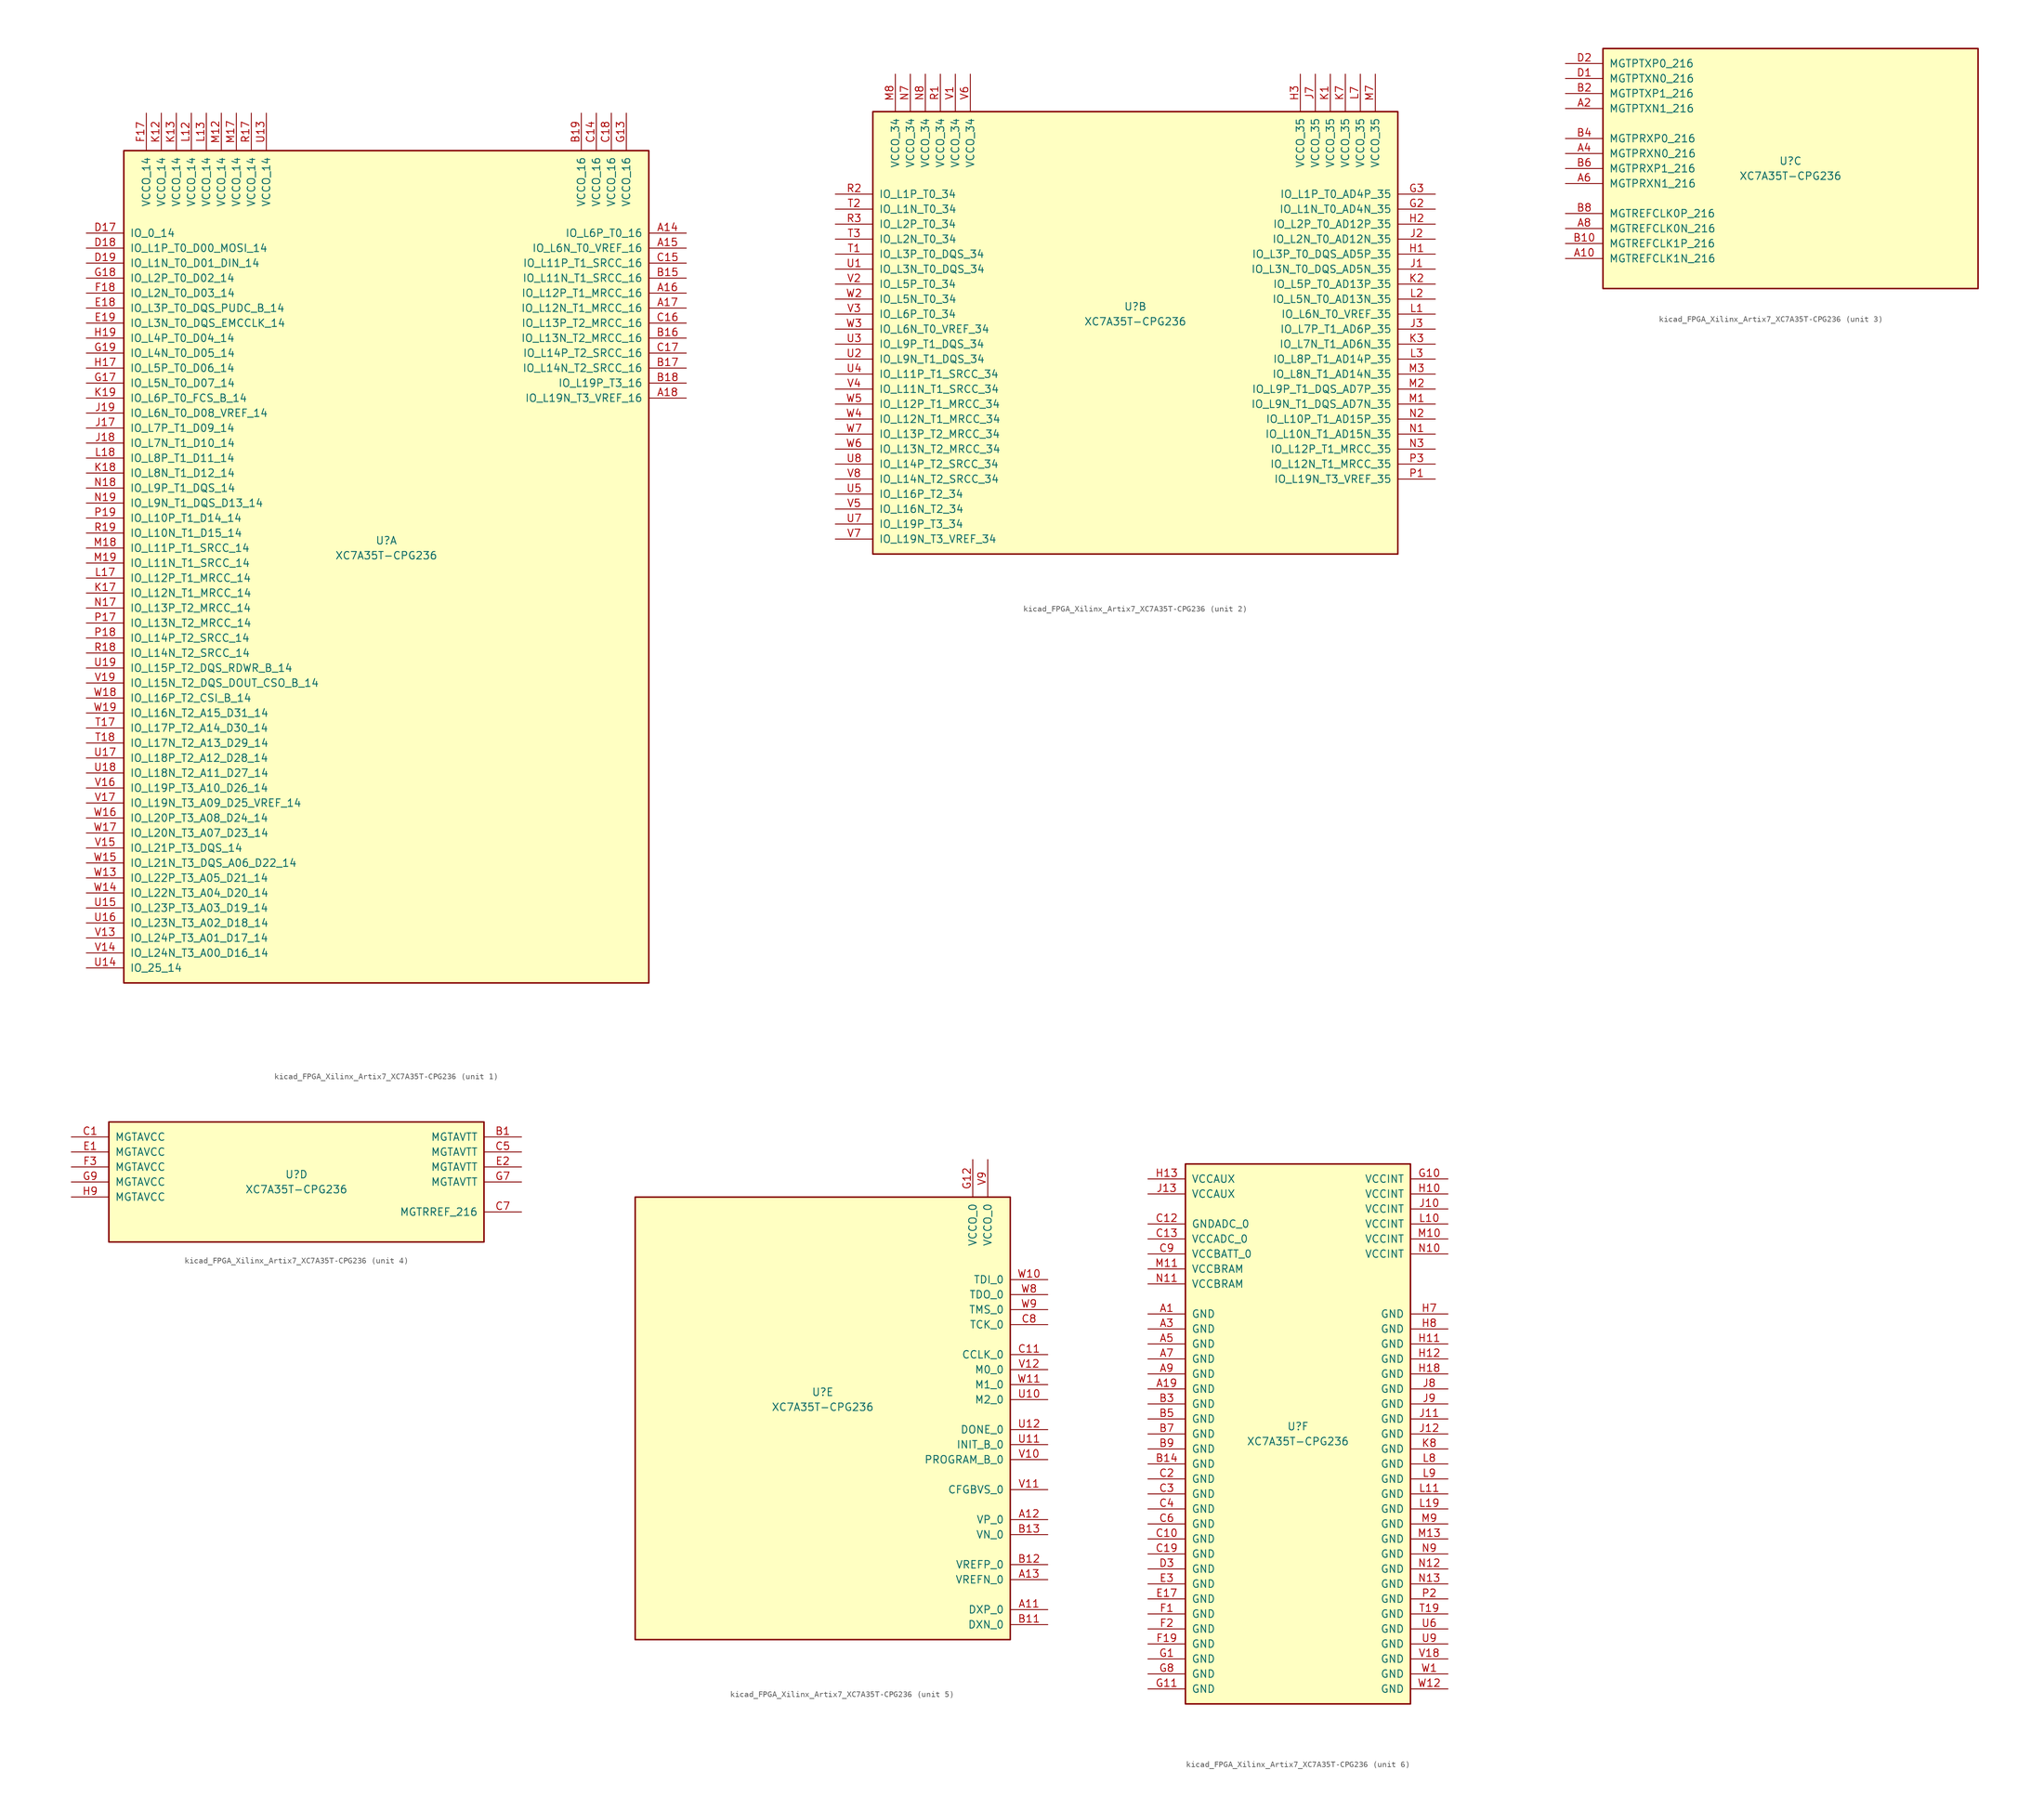
<source format=kicad_sym>
(kicad_symbol_lib
  (version 20220914)
  (generator kicad_symbol_editor)
  (symbol "kicad_FPGA_Xilinx_Artix7_XC7A35T-CPG236"
    (pin_names
      (offset 1.016))
    (property "Reference" "U"
      (at 0 1.27 0)
      (effects (font (size 1.27 1.27))))
    (property "Value" "XC7A35T-CPG236"
      (at 0 -1.27 0)
      (effects (font (size 1.27 1.27))))
    (property "Datasheet" ""
      (at 0 0 0)
      (effects (font (size 1.27 1.27))))
    (property "ki_locked" ""
      (at 0 0 0)
      (effects (font (size 1.27 1.27))))
    (symbol "kicad_FPGA_Xilinx_Artix7_XC7A35T-CPG236_1_1"
      (rectangle (start -44.45 67.31) (end 44.45 -73.66) (stroke (width 0.254) (type default)) (fill (type background)))
      (pin bidirectional line (at 50.8 53.34 180) (length 6.35) (name "IO_L6P_T0_16" (effects (font (size 1.27 1.27)))) (number "A14" (effects (font (size 1.27 1.27)))))
      (pin bidirectional line (at 50.8 50.8 180) (length 6.35) (name "IO_L6N_T0_VREF_16" (effects (font (size 1.27 1.27)))) (number "A15" (effects (font (size 1.27 1.27)))))
      (pin bidirectional line (at 50.8 43.18 180) (length 6.35) (name "IO_L12P_T1_MRCC_16" (effects (font (size 1.27 1.27)))) (number "A16" (effects (font (size 1.27 1.27)))))
      (pin bidirectional line (at 50.8 40.64 180) (length 6.35) (name "IO_L12N_T1_MRCC_16" (effects (font (size 1.27 1.27)))) (number "A17" (effects (font (size 1.27 1.27)))))
      (pin bidirectional line (at 50.8 25.4 180) (length 6.35) (name "IO_L19N_T3_VREF_16" (effects (font (size 1.27 1.27)))) (number "A18" (effects (font (size 1.27 1.27)))))
      (pin bidirectional line (at 50.8 45.72 180) (length 6.35) (name "IO_L11N_T1_SRCC_16" (effects (font (size 1.27 1.27)))) (number "B15" (effects (font (size 1.27 1.27)))))
      (pin bidirectional line (at 50.8 35.56 180) (length 6.35) (name "IO_L13N_T2_MRCC_16" (effects (font (size 1.27 1.27)))) (number "B16" (effects (font (size 1.27 1.27)))))
      (pin bidirectional line (at 50.8 30.48 180) (length 6.35) (name "IO_L14N_T2_SRCC_16" (effects (font (size 1.27 1.27)))) (number "B17" (effects (font (size 1.27 1.27)))))
      (pin bidirectional line (at 50.8 27.94 180) (length 6.35) (name "IO_L19P_T3_16" (effects (font (size 1.27 1.27)))) (number "B18" (effects (font (size 1.27 1.27)))))
      (pin power_in line (at 33.02 73.66 270) (length 6.35) (name "VCCO_16" (effects (font (size 1.27 1.27)))) (number "B19" (effects (font (size 1.27 1.27)))))
      (pin power_in line (at 35.56 73.66 270) (length 6.35) (name "VCCO_16" (effects (font (size 1.27 1.27)))) (number "C14" (effects (font (size 1.27 1.27)))))
      (pin bidirectional line (at 50.8 48.26 180) (length 6.35) (name "IO_L11P_T1_SRCC_16" (effects (font (size 1.27 1.27)))) (number "C15" (effects (font (size 1.27 1.27)))))
      (pin bidirectional line (at 50.8 38.1 180) (length 6.35) (name "IO_L13P_T2_MRCC_16" (effects (font (size 1.27 1.27)))) (number "C16" (effects (font (size 1.27 1.27)))))
      (pin bidirectional line (at 50.8 33.02 180) (length 6.35) (name "IO_L14P_T2_SRCC_16" (effects (font (size 1.27 1.27)))) (number "C17" (effects (font (size 1.27 1.27)))))
      (pin power_in line (at 38.1 73.66 270) (length 6.35) (name "VCCO_16" (effects (font (size 1.27 1.27)))) (number "C18" (effects (font (size 1.27 1.27)))))
      (pin bidirectional line (at -50.8 53.34 0) (length 6.35) (name "IO_0_14" (effects (font (size 1.27 1.27)))) (number "D17" (effects (font (size 1.27 1.27)))))
      (pin bidirectional line (at -50.8 50.8 0) (length 6.35) (name "IO_L1P_T0_D00_MOSI_14" (effects (font (size 1.27 1.27)))) (number "D18" (effects (font (size 1.27 1.27)))))
      (pin bidirectional line (at -50.8 48.26 0) (length 6.35) (name "IO_L1N_T0_D01_DIN_14" (effects (font (size 1.27 1.27)))) (number "D19" (effects (font (size 1.27 1.27)))))
      (pin bidirectional line (at -50.8 40.64 0) (length 6.35) (name "IO_L3P_T0_DQS_PUDC_B_14" (effects (font (size 1.27 1.27)))) (number "E18" (effects (font (size 1.27 1.27)))))
      (pin bidirectional line (at -50.8 38.1 0) (length 6.35) (name "IO_L3N_T0_DQS_EMCCLK_14" (effects (font (size 1.27 1.27)))) (number "E19" (effects (font (size 1.27 1.27)))))
      (pin power_in line (at -40.64 73.66 270) (length 6.35) (name "VCCO_14" (effects (font (size 1.27 1.27)))) (number "F17" (effects (font (size 1.27 1.27)))))
      (pin bidirectional line (at -50.8 43.18 0) (length 6.35) (name "IO_L2N_T0_D03_14" (effects (font (size 1.27 1.27)))) (number "F18" (effects (font (size 1.27 1.27)))))
      (pin power_in line (at 40.64 73.66 270) (length 6.35) (name "VCCO_16" (effects (font (size 1.27 1.27)))) (number "G13" (effects (font (size 1.27 1.27)))))
      (pin bidirectional line (at -50.8 27.94 0) (length 6.35) (name "IO_L5N_T0_D07_14" (effects (font (size 1.27 1.27)))) (number "G17" (effects (font (size 1.27 1.27)))))
      (pin bidirectional line (at -50.8 45.72 0) (length 6.35) (name "IO_L2P_T0_D02_14" (effects (font (size 1.27 1.27)))) (number "G18" (effects (font (size 1.27 1.27)))))
      (pin bidirectional line (at -50.8 33.02 0) (length 6.35) (name "IO_L4N_T0_D05_14" (effects (font (size 1.27 1.27)))) (number "G19" (effects (font (size 1.27 1.27)))))
      (pin bidirectional line (at -50.8 30.48 0) (length 6.35) (name "IO_L5P_T0_D06_14" (effects (font (size 1.27 1.27)))) (number "H17" (effects (font (size 1.27 1.27)))))
      (pin bidirectional line (at -50.8 35.56 0) (length 6.35) (name "IO_L4P_T0_D04_14" (effects (font (size 1.27 1.27)))) (number "H19" (effects (font (size 1.27 1.27)))))
      (pin bidirectional line (at -50.8 20.32 0) (length 6.35) (name "IO_L7P_T1_D09_14" (effects (font (size 1.27 1.27)))) (number "J17" (effects (font (size 1.27 1.27)))))
      (pin bidirectional line (at -50.8 17.78 0) (length 6.35) (name "IO_L7N_T1_D10_14" (effects (font (size 1.27 1.27)))) (number "J18" (effects (font (size 1.27 1.27)))))
      (pin bidirectional line (at -50.8 22.86 0) (length 6.35) (name "IO_L6N_T0_D08_VREF_14" (effects (font (size 1.27 1.27)))) (number "J19" (effects (font (size 1.27 1.27)))))
      (pin power_in line (at -38.1 73.66 270) (length 6.35) (name "VCCO_14" (effects (font (size 1.27 1.27)))) (number "K12" (effects (font (size 1.27 1.27)))))
      (pin power_in line (at -35.56 73.66 270) (length 6.35) (name "VCCO_14" (effects (font (size 1.27 1.27)))) (number "K13" (effects (font (size 1.27 1.27)))))
      (pin bidirectional line (at -50.8 -7.62 0) (length 6.35) (name "IO_L12N_T1_MRCC_14" (effects (font (size 1.27 1.27)))) (number "K17" (effects (font (size 1.27 1.27)))))
      (pin bidirectional line (at -50.8 12.7 0) (length 6.35) (name "IO_L8N_T1_D12_14" (effects (font (size 1.27 1.27)))) (number "K18" (effects (font (size 1.27 1.27)))))
      (pin bidirectional line (at -50.8 25.4 0) (length 6.35) (name "IO_L6P_T0_FCS_B_14" (effects (font (size 1.27 1.27)))) (number "K19" (effects (font (size 1.27 1.27)))))
      (pin power_in line (at -33.02 73.66 270) (length 6.35) (name "VCCO_14" (effects (font (size 1.27 1.27)))) (number "L12" (effects (font (size 1.27 1.27)))))
      (pin power_in line (at -30.48 73.66 270) (length 6.35) (name "VCCO_14" (effects (font (size 1.27 1.27)))) (number "L13" (effects (font (size 1.27 1.27)))))
      (pin bidirectional line (at -50.8 -5.08 0) (length 6.35) (name "IO_L12P_T1_MRCC_14" (effects (font (size 1.27 1.27)))) (number "L17" (effects (font (size 1.27 1.27)))))
      (pin bidirectional line (at -50.8 15.24 0) (length 6.35) (name "IO_L8P_T1_D11_14" (effects (font (size 1.27 1.27)))) (number "L18" (effects (font (size 1.27 1.27)))))
      (pin power_in line (at -27.94 73.66 270) (length 6.35) (name "VCCO_14" (effects (font (size 1.27 1.27)))) (number "M12" (effects (font (size 1.27 1.27)))))
      (pin power_in line (at -25.4 73.66 270) (length 6.35) (name "VCCO_14" (effects (font (size 1.27 1.27)))) (number "M17" (effects (font (size 1.27 1.27)))))
      (pin bidirectional line (at -50.8 0 0) (length 6.35) (name "IO_L11P_T1_SRCC_14" (effects (font (size 1.27 1.27)))) (number "M18" (effects (font (size 1.27 1.27)))))
      (pin bidirectional line (at -50.8 -2.54 0) (length 6.35) (name "IO_L11N_T1_SRCC_14" (effects (font (size 1.27 1.27)))) (number "M19" (effects (font (size 1.27 1.27)))))
      (pin bidirectional line (at -50.8 -10.16 0) (length 6.35) (name "IO_L13P_T2_MRCC_14" (effects (font (size 1.27 1.27)))) (number "N17" (effects (font (size 1.27 1.27)))))
      (pin bidirectional line (at -50.8 10.16 0) (length 6.35) (name "IO_L9P_T1_DQS_14" (effects (font (size 1.27 1.27)))) (number "N18" (effects (font (size 1.27 1.27)))))
      (pin bidirectional line (at -50.8 7.62 0) (length 6.35) (name "IO_L9N_T1_DQS_D13_14" (effects (font (size 1.27 1.27)))) (number "N19" (effects (font (size 1.27 1.27)))))
      (pin bidirectional line (at -50.8 -12.7 0) (length 6.35) (name "IO_L13N_T2_MRCC_14" (effects (font (size 1.27 1.27)))) (number "P17" (effects (font (size 1.27 1.27)))))
      (pin bidirectional line (at -50.8 -15.24 0) (length 6.35) (name "IO_L14P_T2_SRCC_14" (effects (font (size 1.27 1.27)))) (number "P18" (effects (font (size 1.27 1.27)))))
      (pin bidirectional line (at -50.8 5.08 0) (length 6.35) (name "IO_L10P_T1_D14_14" (effects (font (size 1.27 1.27)))) (number "P19" (effects (font (size 1.27 1.27)))))
      (pin power_in line (at -22.86 73.66 270) (length 6.35) (name "VCCO_14" (effects (font (size 1.27 1.27)))) (number "R17" (effects (font (size 1.27 1.27)))))
      (pin bidirectional line (at -50.8 -17.78 0) (length 6.35) (name "IO_L14N_T2_SRCC_14" (effects (font (size 1.27 1.27)))) (number "R18" (effects (font (size 1.27 1.27)))))
      (pin bidirectional line (at -50.8 2.54 0) (length 6.35) (name "IO_L10N_T1_D15_14" (effects (font (size 1.27 1.27)))) (number "R19" (effects (font (size 1.27 1.27)))))
      (pin bidirectional line (at -50.8 -30.48 0) (length 6.35) (name "IO_L17P_T2_A14_D30_14" (effects (font (size 1.27 1.27)))) (number "T17" (effects (font (size 1.27 1.27)))))
      (pin bidirectional line (at -50.8 -33.02 0) (length 6.35) (name "IO_L17N_T2_A13_D29_14" (effects (font (size 1.27 1.27)))) (number "T18" (effects (font (size 1.27 1.27)))))
      (pin power_in line (at -20.32 73.66 270) (length 6.35) (name "VCCO_14" (effects (font (size 1.27 1.27)))) (number "U13" (effects (font (size 1.27 1.27)))))
      (pin bidirectional line (at -50.8 -71.12 0) (length 6.35) (name "IO_25_14" (effects (font (size 1.27 1.27)))) (number "U14" (effects (font (size 1.27 1.27)))))
      (pin bidirectional line (at -50.8 -60.96 0) (length 6.35) (name "IO_L23P_T3_A03_D19_14" (effects (font (size 1.27 1.27)))) (number "U15" (effects (font (size 1.27 1.27)))))
      (pin bidirectional line (at -50.8 -63.5 0) (length 6.35) (name "IO_L23N_T3_A02_D18_14" (effects (font (size 1.27 1.27)))) (number "U16" (effects (font (size 1.27 1.27)))))
      (pin bidirectional line (at -50.8 -35.56 0) (length 6.35) (name "IO_L18P_T2_A12_D28_14" (effects (font (size 1.27 1.27)))) (number "U17" (effects (font (size 1.27 1.27)))))
      (pin bidirectional line (at -50.8 -38.1 0) (length 6.35) (name "IO_L18N_T2_A11_D27_14" (effects (font (size 1.27 1.27)))) (number "U18" (effects (font (size 1.27 1.27)))))
      (pin bidirectional line (at -50.8 -20.32 0) (length 6.35) (name "IO_L15P_T2_DQS_RDWR_B_14" (effects (font (size 1.27 1.27)))) (number "U19" (effects (font (size 1.27 1.27)))))
      (pin bidirectional line (at -50.8 -66.04 0) (length 6.35) (name "IO_L24P_T3_A01_D17_14" (effects (font (size 1.27 1.27)))) (number "V13" (effects (font (size 1.27 1.27)))))
      (pin bidirectional line (at -50.8 -68.58 0) (length 6.35) (name "IO_L24N_T3_A00_D16_14" (effects (font (size 1.27 1.27)))) (number "V14" (effects (font (size 1.27 1.27)))))
      (pin bidirectional line (at -50.8 -50.8 0) (length 6.35) (name "IO_L21P_T3_DQS_14" (effects (font (size 1.27 1.27)))) (number "V15" (effects (font (size 1.27 1.27)))))
      (pin bidirectional line (at -50.8 -40.64 0) (length 6.35) (name "IO_L19P_T3_A10_D26_14" (effects (font (size 1.27 1.27)))) (number "V16" (effects (font (size 1.27 1.27)))))
      (pin bidirectional line (at -50.8 -43.18 0) (length 6.35) (name "IO_L19N_T3_A09_D25_VREF_14" (effects (font (size 1.27 1.27)))) (number "V17" (effects (font (size 1.27 1.27)))))
      (pin bidirectional line (at -50.8 -22.86 0) (length 6.35) (name "IO_L15N_T2_DQS_DOUT_CSO_B_14" (effects (font (size 1.27 1.27)))) (number "V19" (effects (font (size 1.27 1.27)))))
      (pin bidirectional line (at -50.8 -55.88 0) (length 6.35) (name "IO_L22P_T3_A05_D21_14" (effects (font (size 1.27 1.27)))) (number "W13" (effects (font (size 1.27 1.27)))))
      (pin bidirectional line (at -50.8 -58.42 0) (length 6.35) (name "IO_L22N_T3_A04_D20_14" (effects (font (size 1.27 1.27)))) (number "W14" (effects (font (size 1.27 1.27)))))
      (pin bidirectional line (at -50.8 -53.34 0) (length 6.35) (name "IO_L21N_T3_DQS_A06_D22_14" (effects (font (size 1.27 1.27)))) (number "W15" (effects (font (size 1.27 1.27)))))
      (pin bidirectional line (at -50.8 -45.72 0) (length 6.35) (name "IO_L20P_T3_A08_D24_14" (effects (font (size 1.27 1.27)))) (number "W16" (effects (font (size 1.27 1.27)))))
      (pin bidirectional line (at -50.8 -48.26 0) (length 6.35) (name "IO_L20N_T3_A07_D23_14" (effects (font (size 1.27 1.27)))) (number "W17" (effects (font (size 1.27 1.27)))))
      (pin bidirectional line (at -50.8 -25.4 0) (length 6.35) (name "IO_L16P_T2_CSI_B_14" (effects (font (size 1.27 1.27)))) (number "W18" (effects (font (size 1.27 1.27)))))
      (pin bidirectional line (at -50.8 -27.94 0) (length 6.35) (name "IO_L16N_T2_A15_D31_14" (effects (font (size 1.27 1.27)))) (number "W19" (effects (font (size 1.27 1.27))))))
    (symbol "kicad_FPGA_Xilinx_Artix7_XC7A35T-CPG236_2_1"
      (rectangle (start -44.45 34.29) (end 44.45 -40.64) (stroke (width 0.254) (type default)) (fill (type background)))
      (pin bidirectional line (at 50.8 17.78 180) (length 6.35) (name "IO_L1N_T0_AD4N_35" (effects (font (size 1.27 1.27)))) (number "G2" (effects (font (size 1.27 1.27)))))
      (pin bidirectional line (at 50.8 20.32 180) (length 6.35) (name "IO_L1P_T0_AD4P_35" (effects (font (size 1.27 1.27)))) (number "G3" (effects (font (size 1.27 1.27)))))
      (pin bidirectional line (at 50.8 10.16 180) (length 6.35) (name "IO_L3P_T0_DQS_AD5P_35" (effects (font (size 1.27 1.27)))) (number "H1" (effects (font (size 1.27 1.27)))))
      (pin bidirectional line (at 50.8 15.24 180) (length 6.35) (name "IO_L2P_T0_AD12P_35" (effects (font (size 1.27 1.27)))) (number "H2" (effects (font (size 1.27 1.27)))))
      (pin power_in line (at 27.94 40.64 270) (length 6.35) (name "VCCO_35" (effects (font (size 1.27 1.27)))) (number "H3" (effects (font (size 1.27 1.27)))))
      (pin bidirectional line (at 50.8 7.62 180) (length 6.35) (name "IO_L3N_T0_DQS_AD5N_35" (effects (font (size 1.27 1.27)))) (number "J1" (effects (font (size 1.27 1.27)))))
      (pin bidirectional line (at 50.8 12.7 180) (length 6.35) (name "IO_L2N_T0_AD12N_35" (effects (font (size 1.27 1.27)))) (number "J2" (effects (font (size 1.27 1.27)))))
      (pin bidirectional line (at 50.8 -2.54 180) (length 6.35) (name "IO_L7P_T1_AD6P_35" (effects (font (size 1.27 1.27)))) (number "J3" (effects (font (size 1.27 1.27)))))
      (pin power_in line (at 30.48 40.64 270) (length 6.35) (name "VCCO_35" (effects (font (size 1.27 1.27)))) (number "J7" (effects (font (size 1.27 1.27)))))
      (pin power_in line (at 33.02 40.64 270) (length 6.35) (name "VCCO_35" (effects (font (size 1.27 1.27)))) (number "K1" (effects (font (size 1.27 1.27)))))
      (pin bidirectional line (at 50.8 5.08 180) (length 6.35) (name "IO_L5P_T0_AD13P_35" (effects (font (size 1.27 1.27)))) (number "K2" (effects (font (size 1.27 1.27)))))
      (pin bidirectional line (at 50.8 -5.08 180) (length 6.35) (name "IO_L7N_T1_AD6N_35" (effects (font (size 1.27 1.27)))) (number "K3" (effects (font (size 1.27 1.27)))))
      (pin power_in line (at 35.56 40.64 270) (length 6.35) (name "VCCO_35" (effects (font (size 1.27 1.27)))) (number "K7" (effects (font (size 1.27 1.27)))))
      (pin bidirectional line (at 50.8 0 180) (length 6.35) (name "IO_L6N_T0_VREF_35" (effects (font (size 1.27 1.27)))) (number "L1" (effects (font (size 1.27 1.27)))))
      (pin bidirectional line (at 50.8 2.54 180) (length 6.35) (name "IO_L5N_T0_AD13N_35" (effects (font (size 1.27 1.27)))) (number "L2" (effects (font (size 1.27 1.27)))))
      (pin bidirectional line (at 50.8 -7.62 180) (length 6.35) (name "IO_L8P_T1_AD14P_35" (effects (font (size 1.27 1.27)))) (number "L3" (effects (font (size 1.27 1.27)))))
      (pin power_in line (at 38.1 40.64 270) (length 6.35) (name "VCCO_35" (effects (font (size 1.27 1.27)))) (number "L7" (effects (font (size 1.27 1.27)))))
      (pin bidirectional line (at 50.8 -15.24 180) (length 6.35) (name "IO_L9N_T1_DQS_AD7N_35" (effects (font (size 1.27 1.27)))) (number "M1" (effects (font (size 1.27 1.27)))))
      (pin bidirectional line (at 50.8 -12.7 180) (length 6.35) (name "IO_L9P_T1_DQS_AD7P_35" (effects (font (size 1.27 1.27)))) (number "M2" (effects (font (size 1.27 1.27)))))
      (pin bidirectional line (at 50.8 -10.16 180) (length 6.35) (name "IO_L8N_T1_AD14N_35" (effects (font (size 1.27 1.27)))) (number "M3" (effects (font (size 1.27 1.27)))))
      (pin power_in line (at 40.64 40.64 270) (length 6.35) (name "VCCO_35" (effects (font (size 1.27 1.27)))) (number "M7" (effects (font (size 1.27 1.27)))))
      (pin power_in line (at -40.64 40.64 270) (length 6.35) (name "VCCO_34" (effects (font (size 1.27 1.27)))) (number "M8" (effects (font (size 1.27 1.27)))))
      (pin bidirectional line (at 50.8 -20.32 180) (length 6.35) (name "IO_L10N_T1_AD15N_35" (effects (font (size 1.27 1.27)))) (number "N1" (effects (font (size 1.27 1.27)))))
      (pin bidirectional line (at 50.8 -17.78 180) (length 6.35) (name "IO_L10P_T1_AD15P_35" (effects (font (size 1.27 1.27)))) (number "N2" (effects (font (size 1.27 1.27)))))
      (pin bidirectional line (at 50.8 -22.86 180) (length 6.35) (name "IO_L12P_T1_MRCC_35" (effects (font (size 1.27 1.27)))) (number "N3" (effects (font (size 1.27 1.27)))))
      (pin power_in line (at -38.1 40.64 270) (length 6.35) (name "VCCO_34" (effects (font (size 1.27 1.27)))) (number "N7" (effects (font (size 1.27 1.27)))))
      (pin power_in line (at -35.56 40.64 270) (length 6.35) (name "VCCO_34" (effects (font (size 1.27 1.27)))) (number "N8" (effects (font (size 1.27 1.27)))))
      (pin bidirectional line (at 50.8 -27.94 180) (length 6.35) (name "IO_L19N_T3_VREF_35" (effects (font (size 1.27 1.27)))) (number "P1" (effects (font (size 1.27 1.27)))))
      (pin bidirectional line (at 50.8 -25.4 180) (length 6.35) (name "IO_L12N_T1_MRCC_35" (effects (font (size 1.27 1.27)))) (number "P3" (effects (font (size 1.27 1.27)))))
      (pin power_in line (at -33.02 40.64 270) (length 6.35) (name "VCCO_34" (effects (font (size 1.27 1.27)))) (number "R1" (effects (font (size 1.27 1.27)))))
      (pin bidirectional line (at -50.8 20.32 0) (length 6.35) (name "IO_L1P_T0_34" (effects (font (size 1.27 1.27)))) (number "R2" (effects (font (size 1.27 1.27)))))
      (pin bidirectional line (at -50.8 15.24 0) (length 6.35) (name "IO_L2P_T0_34" (effects (font (size 1.27 1.27)))) (number "R3" (effects (font (size 1.27 1.27)))))
      (pin bidirectional line (at -50.8 10.16 0) (length 6.35) (name "IO_L3P_T0_DQS_34" (effects (font (size 1.27 1.27)))) (number "T1" (effects (font (size 1.27 1.27)))))
      (pin bidirectional line (at -50.8 17.78 0) (length 6.35) (name "IO_L1N_T0_34" (effects (font (size 1.27 1.27)))) (number "T2" (effects (font (size 1.27 1.27)))))
      (pin bidirectional line (at -50.8 12.7 0) (length 6.35) (name "IO_L2N_T0_34" (effects (font (size 1.27 1.27)))) (number "T3" (effects (font (size 1.27 1.27)))))
      (pin bidirectional line (at -50.8 7.62 0) (length 6.35) (name "IO_L3N_T0_DQS_34" (effects (font (size 1.27 1.27)))) (number "U1" (effects (font (size 1.27 1.27)))))
      (pin bidirectional line (at -50.8 -7.62 0) (length 6.35) (name "IO_L9N_T1_DQS_34" (effects (font (size 1.27 1.27)))) (number "U2" (effects (font (size 1.27 1.27)))))
      (pin bidirectional line (at -50.8 -5.08 0) (length 6.35) (name "IO_L9P_T1_DQS_34" (effects (font (size 1.27 1.27)))) (number "U3" (effects (font (size 1.27 1.27)))))
      (pin bidirectional line (at -50.8 -10.16 0) (length 6.35) (name "IO_L11P_T1_SRCC_34" (effects (font (size 1.27 1.27)))) (number "U4" (effects (font (size 1.27 1.27)))))
      (pin bidirectional line (at -50.8 -30.48 0) (length 6.35) (name "IO_L16P_T2_34" (effects (font (size 1.27 1.27)))) (number "U5" (effects (font (size 1.27 1.27)))))
      (pin bidirectional line (at -50.8 -35.56 0) (length 6.35) (name "IO_L19P_T3_34" (effects (font (size 1.27 1.27)))) (number "U7" (effects (font (size 1.27 1.27)))))
      (pin bidirectional line (at -50.8 -25.4 0) (length 6.35) (name "IO_L14P_T2_SRCC_34" (effects (font (size 1.27 1.27)))) (number "U8" (effects (font (size 1.27 1.27)))))
      (pin power_in line (at -30.48 40.64 270) (length 6.35) (name "VCCO_34" (effects (font (size 1.27 1.27)))) (number "V1" (effects (font (size 1.27 1.27)))))
      (pin bidirectional line (at -50.8 5.08 0) (length 6.35) (name "IO_L5P_T0_34" (effects (font (size 1.27 1.27)))) (number "V2" (effects (font (size 1.27 1.27)))))
      (pin bidirectional line (at -50.8 0 0) (length 6.35) (name "IO_L6P_T0_34" (effects (font (size 1.27 1.27)))) (number "V3" (effects (font (size 1.27 1.27)))))
      (pin bidirectional line (at -50.8 -12.7 0) (length 6.35) (name "IO_L11N_T1_SRCC_34" (effects (font (size 1.27 1.27)))) (number "V4" (effects (font (size 1.27 1.27)))))
      (pin bidirectional line (at -50.8 -33.02 0) (length 6.35) (name "IO_L16N_T2_34" (effects (font (size 1.27 1.27)))) (number "V5" (effects (font (size 1.27 1.27)))))
      (pin power_in line (at -27.94 40.64 270) (length 6.35) (name "VCCO_34" (effects (font (size 1.27 1.27)))) (number "V6" (effects (font (size 1.27 1.27)))))
      (pin bidirectional line (at -50.8 -38.1 0) (length 6.35) (name "IO_L19N_T3_VREF_34" (effects (font (size 1.27 1.27)))) (number "V7" (effects (font (size 1.27 1.27)))))
      (pin bidirectional line (at -50.8 -27.94 0) (length 6.35) (name "IO_L14N_T2_SRCC_34" (effects (font (size 1.27 1.27)))) (number "V8" (effects (font (size 1.27 1.27)))))
      (pin bidirectional line (at -50.8 2.54 0) (length 6.35) (name "IO_L5N_T0_34" (effects (font (size 1.27 1.27)))) (number "W2" (effects (font (size 1.27 1.27)))))
      (pin bidirectional line (at -50.8 -2.54 0) (length 6.35) (name "IO_L6N_T0_VREF_34" (effects (font (size 1.27 1.27)))) (number "W3" (effects (font (size 1.27 1.27)))))
      (pin bidirectional line (at -50.8 -17.78 0) (length 6.35) (name "IO_L12N_T1_MRCC_34" (effects (font (size 1.27 1.27)))) (number "W4" (effects (font (size 1.27 1.27)))))
      (pin bidirectional line (at -50.8 -15.24 0) (length 6.35) (name "IO_L12P_T1_MRCC_34" (effects (font (size 1.27 1.27)))) (number "W5" (effects (font (size 1.27 1.27)))))
      (pin bidirectional line (at -50.8 -22.86 0) (length 6.35) (name "IO_L13N_T2_MRCC_34" (effects (font (size 1.27 1.27)))) (number "W6" (effects (font (size 1.27 1.27)))))
      (pin bidirectional line (at -50.8 -20.32 0) (length 6.35) (name "IO_L13P_T2_MRCC_34" (effects (font (size 1.27 1.27)))) (number "W7" (effects (font (size 1.27 1.27))))))
    (symbol "kicad_FPGA_Xilinx_Artix7_XC7A35T-CPG236_3_1"
      (rectangle (start -31.75 20.32) (end 31.75 -20.32) (stroke (width 0.254) (type default)) (fill (type background)))
      (pin bidirectional line (at -38.1 -15.24 0) (length 6.35) (name "MGTREFCLK1N_216" (effects (font (size 1.27 1.27)))) (number "A10" (effects (font (size 1.27 1.27)))))
      (pin bidirectional line (at -38.1 10.16 0) (length 6.35) (name "MGTPTXN1_216" (effects (font (size 1.27 1.27)))) (number "A2" (effects (font (size 1.27 1.27)))))
      (pin bidirectional line (at -38.1 2.54 0) (length 6.35) (name "MGTPRXN0_216" (effects (font (size 1.27 1.27)))) (number "A4" (effects (font (size 1.27 1.27)))))
      (pin bidirectional line (at -38.1 -2.54 0) (length 6.35) (name "MGTPRXN1_216" (effects (font (size 1.27 1.27)))) (number "A6" (effects (font (size 1.27 1.27)))))
      (pin bidirectional line (at -38.1 -10.16 0) (length 6.35) (name "MGTREFCLK0N_216" (effects (font (size 1.27 1.27)))) (number "A8" (effects (font (size 1.27 1.27)))))
      (pin bidirectional line (at -38.1 -12.7 0) (length 6.35) (name "MGTREFCLK1P_216" (effects (font (size 1.27 1.27)))) (number "B10" (effects (font (size 1.27 1.27)))))
      (pin bidirectional line (at -38.1 12.7 0) (length 6.35) (name "MGTPTXP1_216" (effects (font (size 1.27 1.27)))) (number "B2" (effects (font (size 1.27 1.27)))))
      (pin bidirectional line (at -38.1 5.08 0) (length 6.35) (name "MGTPRXP0_216" (effects (font (size 1.27 1.27)))) (number "B4" (effects (font (size 1.27 1.27)))))
      (pin bidirectional line (at -38.1 0 0) (length 6.35) (name "MGTPRXP1_216" (effects (font (size 1.27 1.27)))) (number "B6" (effects (font (size 1.27 1.27)))))
      (pin bidirectional line (at -38.1 -7.62 0) (length 6.35) (name "MGTREFCLK0P_216" (effects (font (size 1.27 1.27)))) (number "B8" (effects (font (size 1.27 1.27)))))
      (pin bidirectional line (at -38.1 15.24 0) (length 6.35) (name "MGTPTXN0_216" (effects (font (size 1.27 1.27)))) (number "D1" (effects (font (size 1.27 1.27)))))
      (pin bidirectional line (at -38.1 17.78 0) (length 6.35) (name "MGTPTXP0_216" (effects (font (size 1.27 1.27)))) (number "D2" (effects (font (size 1.27 1.27))))))
    (symbol "kicad_FPGA_Xilinx_Artix7_XC7A35T-CPG236_4_1"
      (rectangle (start -31.75 10.16) (end 31.75 -10.16) (stroke (width 0.254) (type default)) (fill (type background)))
      (pin power_in line (at 38.1 7.62 180) (length 6.35) (name "MGTAVTT" (effects (font (size 1.27 1.27)))) (number "B1" (effects (font (size 1.27 1.27)))))
      (pin power_in line (at -38.1 7.62 0) (length 6.35) (name "MGTAVCC" (effects (font (size 1.27 1.27)))) (number "C1" (effects (font (size 1.27 1.27)))))
      (pin power_in line (at 38.1 5.08 180) (length 6.35) (name "MGTAVTT" (effects (font (size 1.27 1.27)))) (number "C5" (effects (font (size 1.27 1.27)))))
      (pin power_in line (at 38.1 -5.08 180) (length 6.35) (name "MGTRREF_216" (effects (font (size 1.27 1.27)))) (number "C7" (effects (font (size 1.27 1.27)))))
      (pin power_in line (at -38.1 5.08 0) (length 6.35) (name "MGTAVCC" (effects (font (size 1.27 1.27)))) (number "E1" (effects (font (size 1.27 1.27)))))
      (pin power_in line (at 38.1 2.54 180) (length 6.35) (name "MGTAVTT" (effects (font (size 1.27 1.27)))) (number "E2" (effects (font (size 1.27 1.27)))))
      (pin power_in line (at -38.1 2.54 0) (length 6.35) (name "MGTAVCC" (effects (font (size 1.27 1.27)))) (number "F3" (effects (font (size 1.27 1.27)))))
      (pin power_in line (at 38.1 0 180) (length 6.35) (name "MGTAVTT" (effects (font (size 1.27 1.27)))) (number "G7" (effects (font (size 1.27 1.27)))))
      (pin power_in line (at -38.1 0 0) (length 6.35) (name "MGTAVCC" (effects (font (size 1.27 1.27)))) (number "G9" (effects (font (size 1.27 1.27)))))
      (pin power_in line (at -38.1 -2.54 0) (length 6.35) (name "MGTAVCC" (effects (font (size 1.27 1.27)))) (number "H9" (effects (font (size 1.27 1.27))))))
    (symbol "kicad_FPGA_Xilinx_Artix7_XC7A35T-CPG236_5_1"
      (rectangle (start -31.75 34.29) (end 31.75 -40.64) (stroke (width 0.254) (type default)) (fill (type background)))
      (pin bidirectional line (at 38.1 -35.56 180) (length 6.35) (name "DXP_0" (effects (font (size 1.27 1.27)))) (number "A11" (effects (font (size 1.27 1.27)))))
      (pin bidirectional line (at 38.1 -20.32 180) (length 6.35) (name "VP_0" (effects (font (size 1.27 1.27)))) (number "A12" (effects (font (size 1.27 1.27)))))
      (pin bidirectional line (at 38.1 -30.48 180) (length 6.35) (name "VREFN_0" (effects (font (size 1.27 1.27)))) (number "A13" (effects (font (size 1.27 1.27)))))
      (pin bidirectional line (at 38.1 -38.1 180) (length 6.35) (name "DXN_0" (effects (font (size 1.27 1.27)))) (number "B11" (effects (font (size 1.27 1.27)))))
      (pin bidirectional line (at 38.1 -27.94 180) (length 6.35) (name "VREFP_0" (effects (font (size 1.27 1.27)))) (number "B12" (effects (font (size 1.27 1.27)))))
      (pin bidirectional line (at 38.1 -22.86 180) (length 6.35) (name "VN_0" (effects (font (size 1.27 1.27)))) (number "B13" (effects (font (size 1.27 1.27)))))
      (pin bidirectional line (at 38.1 7.62 180) (length 6.35) (name "CCLK_0" (effects (font (size 1.27 1.27)))) (number "C11" (effects (font (size 1.27 1.27)))))
      (pin bidirectional line (at 38.1 12.7 180) (length 6.35) (name "TCK_0" (effects (font (size 1.27 1.27)))) (number "C8" (effects (font (size 1.27 1.27)))))
      (pin power_in line (at 25.4 40.64 270) (length 6.35) (name "VCCO_0" (effects (font (size 1.27 1.27)))) (number "G12" (effects (font (size 1.27 1.27)))))
      (pin bidirectional line (at 38.1 0 180) (length 6.35) (name "M2_0" (effects (font (size 1.27 1.27)))) (number "U10" (effects (font (size 1.27 1.27)))))
      (pin bidirectional line (at 38.1 -7.62 180) (length 6.35) (name "INIT_B_0" (effects (font (size 1.27 1.27)))) (number "U11" (effects (font (size 1.27 1.27)))))
      (pin bidirectional line (at 38.1 -5.08 180) (length 6.35) (name "DONE_0" (effects (font (size 1.27 1.27)))) (number "U12" (effects (font (size 1.27 1.27)))))
      (pin bidirectional line (at 38.1 -10.16 180) (length 6.35) (name "PROGRAM_B_0" (effects (font (size 1.27 1.27)))) (number "V10" (effects (font (size 1.27 1.27)))))
      (pin bidirectional line (at 38.1 -15.24 180) (length 6.35) (name "CFGBVS_0" (effects (font (size 1.27 1.27)))) (number "V11" (effects (font (size 1.27 1.27)))))
      (pin bidirectional line (at 38.1 5.08 180) (length 6.35) (name "M0_0" (effects (font (size 1.27 1.27)))) (number "V12" (effects (font (size 1.27 1.27)))))
      (pin power_in line (at 27.94 40.64 270) (length 6.35) (name "VCCO_0" (effects (font (size 1.27 1.27)))) (number "V9" (effects (font (size 1.27 1.27)))))
      (pin bidirectional line (at 38.1 20.32 180) (length 6.35) (name "TDI_0" (effects (font (size 1.27 1.27)))) (number "W10" (effects (font (size 1.27 1.27)))))
      (pin bidirectional line (at 38.1 2.54 180) (length 6.35) (name "M1_0" (effects (font (size 1.27 1.27)))) (number "W11" (effects (font (size 1.27 1.27)))))
      (pin bidirectional line (at 38.1 17.78 180) (length 6.35) (name "TDO_0" (effects (font (size 1.27 1.27)))) (number "W8" (effects (font (size 1.27 1.27)))))
      (pin bidirectional line (at 38.1 15.24 180) (length 6.35) (name "TMS_0" (effects (font (size 1.27 1.27)))) (number "W9" (effects (font (size 1.27 1.27))))))
    (symbol "kicad_FPGA_Xilinx_Artix7_XC7A35T-CPG236_6_1"
      (rectangle (start -19.05 45.72) (end 19.05 -45.72) (stroke (width 0.254) (type default)) (fill (type background)))
      (pin power_in line (at -25.4 20.32 0) (length 6.35) (name "GND" (effects (font (size 1.27 1.27)))) (number "A1" (effects (font (size 1.27 1.27)))))
      (pin power_in line (at -25.4 7.62 0) (length 6.35) (name "GND" (effects (font (size 1.27 1.27)))) (number "A19" (effects (font (size 1.27 1.27)))))
      (pin power_in line (at -25.4 17.78 0) (length 6.35) (name "GND" (effects (font (size 1.27 1.27)))) (number "A3" (effects (font (size 1.27 1.27)))))
      (pin power_in line (at -25.4 15.24 0) (length 6.35) (name "GND" (effects (font (size 1.27 1.27)))) (number "A5" (effects (font (size 1.27 1.27)))))
      (pin power_in line (at -25.4 12.7 0) (length 6.35) (name "GND" (effects (font (size 1.27 1.27)))) (number "A7" (effects (font (size 1.27 1.27)))))
      (pin power_in line (at -25.4 10.16 0) (length 6.35) (name "GND" (effects (font (size 1.27 1.27)))) (number "A9" (effects (font (size 1.27 1.27)))))
      (pin power_in line (at -25.4 -5.08 0) (length 6.35) (name "GND" (effects (font (size 1.27 1.27)))) (number "B14" (effects (font (size 1.27 1.27)))))
      (pin power_in line (at -25.4 5.08 0) (length 6.35) (name "GND" (effects (font (size 1.27 1.27)))) (number "B3" (effects (font (size 1.27 1.27)))))
      (pin power_in line (at -25.4 2.54 0) (length 6.35) (name "GND" (effects (font (size 1.27 1.27)))) (number "B5" (effects (font (size 1.27 1.27)))))
      (pin power_in line (at -25.4 0 0) (length 6.35) (name "GND" (effects (font (size 1.27 1.27)))) (number "B7" (effects (font (size 1.27 1.27)))))
      (pin power_in line (at -25.4 -2.54 0) (length 6.35) (name "GND" (effects (font (size 1.27 1.27)))) (number "B9" (effects (font (size 1.27 1.27)))))
      (pin power_in line (at -25.4 -17.78 0) (length 6.35) (name "GND" (effects (font (size 1.27 1.27)))) (number "C10" (effects (font (size 1.27 1.27)))))
      (pin power_in line (at -25.4 35.56 0) (length 6.35) (name "GNDADC_0" (effects (font (size 1.27 1.27)))) (number "C12" (effects (font (size 1.27 1.27)))))
      (pin power_in line (at -25.4 33.02 0) (length 6.35) (name "VCCADC_0" (effects (font (size 1.27 1.27)))) (number "C13" (effects (font (size 1.27 1.27)))))
      (pin power_in line (at -25.4 -20.32 0) (length 6.35) (name "GND" (effects (font (size 1.27 1.27)))) (number "C19" (effects (font (size 1.27 1.27)))))
      (pin power_in line (at -25.4 -7.62 0) (length 6.35) (name "GND" (effects (font (size 1.27 1.27)))) (number "C2" (effects (font (size 1.27 1.27)))))
      (pin power_in line (at -25.4 -10.16 0) (length 6.35) (name "GND" (effects (font (size 1.27 1.27)))) (number "C3" (effects (font (size 1.27 1.27)))))
      (pin power_in line (at -25.4 -12.7 0) (length 6.35) (name "GND" (effects (font (size 1.27 1.27)))) (number "C4" (effects (font (size 1.27 1.27)))))
      (pin power_in line (at -25.4 -15.24 0) (length 6.35) (name "GND" (effects (font (size 1.27 1.27)))) (number "C6" (effects (font (size 1.27 1.27)))))
      (pin power_in line (at -25.4 30.48 0) (length 6.35) (name "VCCBATT_0" (effects (font (size 1.27 1.27)))) (number "C9" (effects (font (size 1.27 1.27)))))
      (pin power_in line (at -25.4 -22.86 0) (length 6.35) (name "GND" (effects (font (size 1.27 1.27)))) (number "D3" (effects (font (size 1.27 1.27)))))
      (pin power_in line (at -25.4 -27.94 0) (length 6.35) (name "GND" (effects (font (size 1.27 1.27)))) (number "E17" (effects (font (size 1.27 1.27)))))
      (pin power_in line (at -25.4 -25.4 0) (length 6.35) (name "GND" (effects (font (size 1.27 1.27)))) (number "E3" (effects (font (size 1.27 1.27)))))
      (pin power_in line (at -25.4 -30.48 0) (length 6.35) (name "GND" (effects (font (size 1.27 1.27)))) (number "F1" (effects (font (size 1.27 1.27)))))
      (pin power_in line (at -25.4 -35.56 0) (length 6.35) (name "GND" (effects (font (size 1.27 1.27)))) (number "F19" (effects (font (size 1.27 1.27)))))
      (pin power_in line (at -25.4 -33.02 0) (length 6.35) (name "GND" (effects (font (size 1.27 1.27)))) (number "F2" (effects (font (size 1.27 1.27)))))
      (pin power_in line (at -25.4 -38.1 0) (length 6.35) (name "GND" (effects (font (size 1.27 1.27)))) (number "G1" (effects (font (size 1.27 1.27)))))
      (pin power_in line (at 25.4 43.18 180) (length 6.35) (name "VCCINT" (effects (font (size 1.27 1.27)))) (number "G10" (effects (font (size 1.27 1.27)))))
      (pin power_in line (at -25.4 -43.18 0) (length 6.35) (name "GND" (effects (font (size 1.27 1.27)))) (number "G11" (effects (font (size 1.27 1.27)))))
      (pin power_in line (at -25.4 -40.64 0) (length 6.35) (name "GND" (effects (font (size 1.27 1.27)))) (number "G8" (effects (font (size 1.27 1.27)))))
      (pin power_in line (at 25.4 40.64 180) (length 6.35) (name "VCCINT" (effects (font (size 1.27 1.27)))) (number "H10" (effects (font (size 1.27 1.27)))))
      (pin power_in line (at 25.4 15.24 180) (length 6.35) (name "GND" (effects (font (size 1.27 1.27)))) (number "H11" (effects (font (size 1.27 1.27)))))
      (pin power_in line (at 25.4 12.7 180) (length 6.35) (name "GND" (effects (font (size 1.27 1.27)))) (number "H12" (effects (font (size 1.27 1.27)))))
      (pin power_in line (at -25.4 43.18 0) (length 6.35) (name "VCCAUX" (effects (font (size 1.27 1.27)))) (number "H13" (effects (font (size 1.27 1.27)))))
      (pin power_in line (at 25.4 10.16 180) (length 6.35) (name "GND" (effects (font (size 1.27 1.27)))) (number "H18" (effects (font (size 1.27 1.27)))))
      (pin power_in line (at 25.4 20.32 180) (length 6.35) (name "GND" (effects (font (size 1.27 1.27)))) (number "H7" (effects (font (size 1.27 1.27)))))
      (pin power_in line (at 25.4 17.78 180) (length 6.35) (name "GND" (effects (font (size 1.27 1.27)))) (number "H8" (effects (font (size 1.27 1.27)))))
      (pin power_in line (at 25.4 38.1 180) (length 6.35) (name "VCCINT" (effects (font (size 1.27 1.27)))) (number "J10" (effects (font (size 1.27 1.27)))))
      (pin power_in line (at 25.4 2.54 180) (length 6.35) (name "GND" (effects (font (size 1.27 1.27)))) (number "J11" (effects (font (size 1.27 1.27)))))
      (pin power_in line (at 25.4 0 180) (length 6.35) (name "GND" (effects (font (size 1.27 1.27)))) (number "J12" (effects (font (size 1.27 1.27)))))
      (pin power_in line (at -25.4 40.64 0) (length 6.35) (name "VCCAUX" (effects (font (size 1.27 1.27)))) (number "J13" (effects (font (size 1.27 1.27)))))
      (pin power_in line (at 25.4 7.62 180) (length 6.35) (name "GND" (effects (font (size 1.27 1.27)))) (number "J8" (effects (font (size 1.27 1.27)))))
      (pin power_in line (at 25.4 5.08 180) (length 6.35) (name "GND" (effects (font (size 1.27 1.27)))) (number "J9" (effects (font (size 1.27 1.27)))))
      (pin power_in line (at 25.4 -2.54 180) (length 6.35) (name "GND" (effects (font (size 1.27 1.27)))) (number "K8" (effects (font (size 1.27 1.27)))))
      (pin power_in line (at 25.4 35.56 180) (length 6.35) (name "VCCINT" (effects (font (size 1.27 1.27)))) (number "L10" (effects (font (size 1.27 1.27)))))
      (pin power_in line (at 25.4 -10.16 180) (length 6.35) (name "GND" (effects (font (size 1.27 1.27)))) (number "L11" (effects (font (size 1.27 1.27)))))
      (pin power_in line (at 25.4 -12.7 180) (length 6.35) (name "GND" (effects (font (size 1.27 1.27)))) (number "L19" (effects (font (size 1.27 1.27)))))
      (pin power_in line (at 25.4 -5.08 180) (length 6.35) (name "GND" (effects (font (size 1.27 1.27)))) (number "L8" (effects (font (size 1.27 1.27)))))
      (pin power_in line (at 25.4 -7.62 180) (length 6.35) (name "GND" (effects (font (size 1.27 1.27)))) (number "L9" (effects (font (size 1.27 1.27)))))
      (pin power_in line (at 25.4 33.02 180) (length 6.35) (name "VCCINT" (effects (font (size 1.27 1.27)))) (number "M10" (effects (font (size 1.27 1.27)))))
      (pin power_in line (at -25.4 27.94 0) (length 6.35) (name "VCCBRAM" (effects (font (size 1.27 1.27)))) (number "M11" (effects (font (size 1.27 1.27)))))
      (pin power_in line (at 25.4 -17.78 180) (length 6.35) (name "GND" (effects (font (size 1.27 1.27)))) (number "M13" (effects (font (size 1.27 1.27)))))
      (pin power_in line (at 25.4 -15.24 180) (length 6.35) (name "GND" (effects (font (size 1.27 1.27)))) (number "M9" (effects (font (size 1.27 1.27)))))
      (pin power_in line (at 25.4 30.48 180) (length 6.35) (name "VCCINT" (effects (font (size 1.27 1.27)))) (number "N10" (effects (font (size 1.27 1.27)))))
      (pin power_in line (at -25.4 25.4 0) (length 6.35) (name "VCCBRAM" (effects (font (size 1.27 1.27)))) (number "N11" (effects (font (size 1.27 1.27)))))
      (pin power_in line (at 25.4 -22.86 180) (length 6.35) (name "GND" (effects (font (size 1.27 1.27)))) (number "N12" (effects (font (size 1.27 1.27)))))
      (pin power_in line (at 25.4 -25.4 180) (length 6.35) (name "GND" (effects (font (size 1.27 1.27)))) (number "N13" (effects (font (size 1.27 1.27)))))
      (pin power_in line (at 25.4 -20.32 180) (length 6.35) (name "GND" (effects (font (size 1.27 1.27)))) (number "N9" (effects (font (size 1.27 1.27)))))
      (pin power_in line (at 25.4 -27.94 180) (length 6.35) (name "GND" (effects (font (size 1.27 1.27)))) (number "P2" (effects (font (size 1.27 1.27)))))
      (pin power_in line (at 25.4 -30.48 180) (length 6.35) (name "GND" (effects (font (size 1.27 1.27)))) (number "T19" (effects (font (size 1.27 1.27)))))
      (pin power_in line (at 25.4 -33.02 180) (length 6.35) (name "GND" (effects (font (size 1.27 1.27)))) (number "U6" (effects (font (size 1.27 1.27)))))
      (pin power_in line (at 25.4 -35.56 180) (length 6.35) (name "GND" (effects (font (size 1.27 1.27)))) (number "U9" (effects (font (size 1.27 1.27)))))
      (pin power_in line (at 25.4 -38.1 180) (length 6.35) (name "GND" (effects (font (size 1.27 1.27)))) (number "V18" (effects (font (size 1.27 1.27)))))
      (pin power_in line (at 25.4 -40.64 180) (length 6.35) (name "GND" (effects (font (size 1.27 1.27)))) (number "W1" (effects (font (size 1.27 1.27)))))
      (pin power_in line (at 25.4 -43.18 180) (length 6.35) (name "GND" (effects (font (size 1.27 1.27)))) (number "W12" (effects (font (size 1.27 1.27))))))))
</source>
